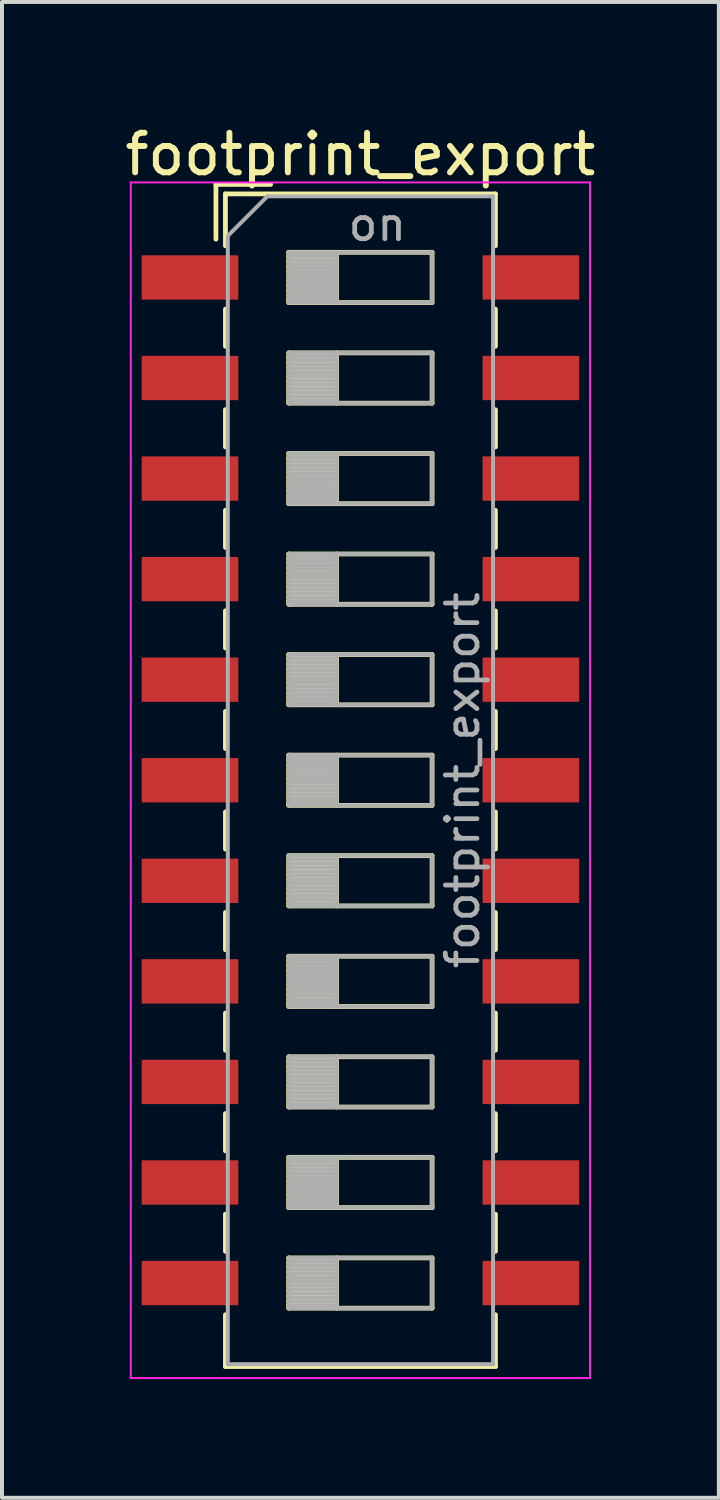
<source format=kicad_pcb>
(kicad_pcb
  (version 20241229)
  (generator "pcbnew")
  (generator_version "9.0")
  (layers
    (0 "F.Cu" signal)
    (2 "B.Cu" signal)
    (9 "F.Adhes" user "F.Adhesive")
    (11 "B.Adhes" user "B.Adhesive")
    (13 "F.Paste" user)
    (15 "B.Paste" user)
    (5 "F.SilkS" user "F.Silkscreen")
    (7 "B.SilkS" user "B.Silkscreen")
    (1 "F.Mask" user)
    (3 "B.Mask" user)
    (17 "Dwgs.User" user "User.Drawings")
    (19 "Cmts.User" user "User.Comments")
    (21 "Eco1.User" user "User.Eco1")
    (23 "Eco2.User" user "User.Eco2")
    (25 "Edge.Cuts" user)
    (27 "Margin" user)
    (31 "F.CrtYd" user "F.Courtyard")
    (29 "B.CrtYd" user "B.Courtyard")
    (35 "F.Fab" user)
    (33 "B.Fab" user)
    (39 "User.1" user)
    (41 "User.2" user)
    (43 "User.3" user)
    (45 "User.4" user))
  (footprint "footprint_export"
    (layer "F.Cu")
    (at 6.054 16.658)
    (property "Reference" "footprint_export" (at 0 -15.81 0) (layer "F.SilkS") (effects (font (size 1 1) (thickness 0.15))))
    (attr smd)
    (fp_line (start -3.65 -15.05) (end -3.65 -13.667) (stroke (width 0.12) (type solid)) (layer "F.SilkS"))
    (fp_line (start -3.65 -15.05) (end -2.267 -15.05) (stroke (width 0.12) (type solid)) (layer "F.SilkS"))
    (fp_line (start -3.41 -14.81) (end -3.41 -13.5) (stroke (width 0.12) (type solid)) (layer "F.SilkS"))
    (fp_line (start -3.41 -14.81) (end 3.41 -14.81) (stroke (width 0.12) (type solid)) (layer "F.SilkS"))
    (fp_line (start -3.41 -11.9) (end -3.41 -10.96) (stroke (width 0.12) (type solid)) (layer "F.SilkS"))
    (fp_line (start -3.41 -9.36) (end -3.41 -8.42) (stroke (width 0.12) (type solid)) (layer "F.SilkS"))
    (fp_line (start -3.41 -6.82) (end -3.41 -5.88) (stroke (width 0.12) (type solid)) (layer "F.SilkS"))
    (fp_line (start -3.41 -4.28) (end -3.41 -3.34) (stroke (width 0.12) (type solid)) (layer "F.SilkS"))
    (fp_line (start -3.41 -1.74) (end -3.41 -0.8) (stroke (width 0.12) (type solid)) (layer "F.SilkS"))
    (fp_line (start -3.41 0.8) (end -3.41 1.74) (stroke (width 0.12) (type solid)) (layer "F.SilkS"))
    (fp_line (start -3.41 3.34) (end -3.41 4.28) (stroke (width 0.12) (type solid)) (layer "F.SilkS"))
    (fp_line (start -3.41 5.88) (end -3.41 6.82) (stroke (width 0.12) (type solid)) (layer "F.SilkS"))
    (fp_line (start -3.41 8.42) (end -3.41 9.36) (stroke (width 0.12) (type solid)) (layer "F.SilkS"))
    (fp_line (start -3.41 10.96) (end -3.41 11.9) (stroke (width 0.12) (type solid)) (layer "F.SilkS"))
    (fp_line (start -3.41 13.5) (end -3.41 14.81) (stroke (width 0.12) (type solid)) (layer "F.SilkS"))
    (fp_line (start -3.41 14.81) (end 3.41 14.81) (stroke (width 0.12) (type solid)) (layer "F.SilkS"))
    (fp_line (start -1.81 -13.335) (end -1.81 -12.065) (stroke (width 0.12) (type solid)) (layer "F.SilkS"))
    (fp_line (start -1.81 -13.215) (end -0.603 -13.215) (stroke (width 0.12) (type solid)) (layer "F.SilkS"))
    (fp_line (start -1.81 -13.095) (end -0.603 -13.095) (stroke (width 0.12) (type solid)) (layer "F.SilkS"))
    (fp_line (start -1.81 -12.975) (end -0.603 -12.975) (stroke (width 0.12) (type solid)) (layer "F.SilkS"))
    (fp_line (start -1.81 -12.855) (end -0.603 -12.855) (stroke (width 0.12) (type solid)) (layer "F.SilkS"))
    (fp_line (start -1.81 -12.735) (end -0.603 -12.735) (stroke (width 0.12) (type solid)) (layer "F.SilkS"))
    (fp_line (start -1.81 -12.615) (end -0.603 -12.615) (stroke (width 0.12) (type solid)) (layer "F.SilkS"))
    (fp_line (start -1.81 -12.495) (end -0.603 -12.495) (stroke (width 0.12) (type solid)) (layer "F.SilkS"))
    (fp_line (start -1.81 -12.375) (end -0.603 -12.375) (stroke (width 0.12) (type solid)) (layer "F.SilkS"))
    (fp_line (start -1.81 -12.255) (end -0.603 -12.255) (stroke (width 0.12) (type solid)) (layer "F.SilkS"))
    (fp_line (start -1.81 -12.135) (end -0.603 -12.135) (stroke (width 0.12) (type solid)) (layer "F.SilkS"))
    (fp_line (start -1.81 -12.065) (end 1.81 -12.065) (stroke (width 0.12) (type solid)) (layer "F.SilkS"))
    (fp_line (start -1.81 -10.795) (end -1.81 -9.525) (stroke (width 0.12) (type solid)) (layer "F.SilkS"))
    (fp_line (start -1.81 -10.675) (end -0.603 -10.675) (stroke (width 0.12) (type solid)) (layer "F.SilkS"))
    (fp_line (start -1.81 -10.555) (end -0.603 -10.555) (stroke (width 0.12) (type solid)) (layer "F.SilkS"))
    (fp_line (start -1.81 -10.435) (end -0.603 -10.435) (stroke (width 0.12) (type solid)) (layer "F.SilkS"))
    (fp_line (start -1.81 -10.315) (end -0.603 -10.315) (stroke (width 0.12) (type solid)) (layer "F.SilkS"))
    (fp_line (start -1.81 -10.195) (end -0.603 -10.195) (stroke (width 0.12) (type solid)) (layer "F.SilkS"))
    (fp_line (start -1.81 -10.075) (end -0.603 -10.075) (stroke (width 0.12) (type solid)) (layer "F.SilkS"))
    (fp_line (start -1.81 -9.955) (end -0.603 -9.955) (stroke (width 0.12) (type solid)) (layer "F.SilkS"))
    (fp_line (start -1.81 -9.835) (end -0.603 -9.835) (stroke (width 0.12) (type solid)) (layer "F.SilkS"))
    (fp_line (start -1.81 -9.715) (end -0.603 -9.715) (stroke (width 0.12) (type solid)) (layer "F.SilkS"))
    (fp_line (start -1.81 -9.595) (end -0.603 -9.595) (stroke (width 0.12) (type solid)) (layer "F.SilkS"))
    (fp_line (start -1.81 -9.525) (end 1.81 -9.525) (stroke (width 0.12) (type solid)) (layer "F.SilkS"))
    (fp_line (start -1.81 -8.255) (end -1.81 -6.985) (stroke (width 0.12) (type solid)) (layer "F.SilkS"))
    (fp_line (start -1.81 -8.135) (end -0.603 -8.135) (stroke (width 0.12) (type solid)) (layer "F.SilkS"))
    (fp_line (start -1.81 -8.015) (end -0.603 -8.015) (stroke (width 0.12) (type solid)) (layer "F.SilkS"))
    (fp_line (start -1.81 -7.895) (end -0.603 -7.895) (stroke (width 0.12) (type solid)) (layer "F.SilkS"))
    (fp_line (start -1.81 -7.775) (end -0.603 -7.775) (stroke (width 0.12) (type solid)) (layer "F.SilkS"))
    (fp_line (start -1.81 -7.655) (end -0.603 -7.655) (stroke (width 0.12) (type solid)) (layer "F.SilkS"))
    (fp_line (start -1.81 -7.535) (end -0.603 -7.535) (stroke (width 0.12) (type solid)) (layer "F.SilkS"))
    (fp_line (start -1.81 -7.415) (end -0.603 -7.415) (stroke (width 0.12) (type solid)) (layer "F.SilkS"))
    (fp_line (start -1.81 -7.295) (end -0.603 -7.295) (stroke (width 0.12) (type solid)) (layer "F.SilkS"))
    (fp_line (start -1.81 -7.175) (end -0.603 -7.175) (stroke (width 0.12) (type solid)) (layer "F.SilkS"))
    (fp_line (start -1.81 -7.055) (end -0.603 -7.055) (stroke (width 0.12) (type solid)) (layer "F.SilkS"))
    (fp_line (start -1.81 -6.985) (end 1.81 -6.985) (stroke (width 0.12) (type solid)) (layer "F.SilkS"))
    (fp_line (start -1.81 -5.715) (end -1.81 -4.445) (stroke (width 0.12) (type solid)) (layer "F.SilkS"))
    (fp_line (start -1.81 -5.595) (end -0.603 -5.595) (stroke (width 0.12) (type solid)) (layer "F.SilkS"))
    (fp_line (start -1.81 -5.475) (end -0.603 -5.475) (stroke (width 0.12) (type solid)) (layer "F.SilkS"))
    (fp_line (start -1.81 -5.355) (end -0.603 -5.355) (stroke (width 0.12) (type solid)) (layer "F.SilkS"))
    (fp_line (start -1.81 -5.235) (end -0.603 -5.235) (stroke (width 0.12) (type solid)) (layer "F.SilkS"))
    (fp_line (start -1.81 -5.115) (end -0.603 -5.115) (stroke (width 0.12) (type solid)) (layer "F.SilkS"))
    (fp_line (start -1.81 -4.995) (end -0.603 -4.995) (stroke (width 0.12) (type solid)) (layer "F.SilkS"))
    (fp_line (start -1.81 -4.875) (end -0.603 -4.875) (stroke (width 0.12) (type solid)) (layer "F.SilkS"))
    (fp_line (start -1.81 -4.755) (end -0.603 -4.755) (stroke (width 0.12) (type solid)) (layer "F.SilkS"))
    (fp_line (start -1.81 -4.635) (end -0.603 -4.635) (stroke (width 0.12) (type solid)) (layer "F.SilkS"))
    (fp_line (start -1.81 -4.515) (end -0.603 -4.515) (stroke (width 0.12) (type solid)) (layer "F.SilkS"))
    (fp_line (start -1.81 -4.445) (end 1.81 -4.445) (stroke (width 0.12) (type solid)) (layer "F.SilkS"))
    (fp_line (start -1.81 -3.175) (end -1.81 -1.905) (stroke (width 0.12) (type solid)) (layer "F.SilkS"))
    (fp_line (start -1.81 -3.055) (end -0.603 -3.055) (stroke (width 0.12) (type solid)) (layer "F.SilkS"))
    (fp_line (start -1.81 -2.935) (end -0.603 -2.935) (stroke (width 0.12) (type solid)) (layer "F.SilkS"))
    (fp_line (start -1.81 -2.815) (end -0.603 -2.815) (stroke (width 0.12) (type solid)) (layer "F.SilkS"))
    (fp_line (start -1.81 -2.695) (end -0.603 -2.695) (stroke (width 0.12) (type solid)) (layer "F.SilkS"))
    (fp_line (start -1.81 -2.575) (end -0.603 -2.575) (stroke (width 0.12) (type solid)) (layer "F.SilkS"))
    (fp_line (start -1.81 -2.455) (end -0.603 -2.455) (stroke (width 0.12) (type solid)) (layer "F.SilkS"))
    (fp_line (start -1.81 -2.335) (end -0.603 -2.335) (stroke (width 0.12) (type solid)) (layer "F.SilkS"))
    (fp_line (start -1.81 -2.215) (end -0.603 -2.215) (stroke (width 0.12) (type solid)) (layer "F.SilkS"))
    (fp_line (start -1.81 -2.095) (end -0.603 -2.095) (stroke (width 0.12) (type solid)) (layer "F.SilkS"))
    (fp_line (start -1.81 -1.975) (end -0.603 -1.975) (stroke (width 0.12) (type solid)) (layer "F.SilkS"))
    (fp_line (start -1.81 -1.905) (end 1.81 -1.905) (stroke (width 0.12) (type solid)) (layer "F.SilkS"))
    (fp_line (start -1.81 -0.635) (end -1.81 0.635) (stroke (width 0.12) (type solid)) (layer "F.SilkS"))
    (fp_line (start -1.81 -0.515) (end -0.603 -0.515) (stroke (width 0.12) (type solid)) (layer "F.SilkS"))
    (fp_line (start -1.81 -0.395) (end -0.603 -0.395) (stroke (width 0.12) (type solid)) (layer "F.SilkS"))
    (fp_line (start -1.81 -0.275) (end -0.603 -0.275) (stroke (width 0.12) (type solid)) (layer "F.SilkS"))
    (fp_line (start -1.81 -0.155) (end -0.603 -0.155) (stroke (width 0.12) (type solid)) (layer "F.SilkS"))
    (fp_line (start -1.81 -0.035) (end -0.603 -0.035) (stroke (width 0.12) (type solid)) (layer "F.SilkS"))
    (fp_line (start -1.81 0.085) (end -0.603 0.085) (stroke (width 0.12) (type solid)) (layer "F.SilkS"))
    (fp_line (start -1.81 0.205) (end -0.603 0.205) (stroke (width 0.12) (type solid)) (layer "F.SilkS"))
    (fp_line (start -1.81 0.325) (end -0.603 0.325) (stroke (width 0.12) (type solid)) (layer "F.SilkS"))
    (fp_line (start -1.81 0.445) (end -0.603 0.445) (stroke (width 0.12) (type solid)) (layer "F.SilkS"))
    (fp_line (start -1.81 0.565) (end -0.603 0.565) (stroke (width 0.12) (type solid)) (layer "F.SilkS"))
    (fp_line (start -1.81 0.635) (end 1.81 0.635) (stroke (width 0.12) (type solid)) (layer "F.SilkS"))
    (fp_line (start -1.81 1.905) (end -1.81 3.175) (stroke (width 0.12) (type solid)) (layer "F.SilkS"))
    (fp_line (start -1.81 2.025) (end -0.603 2.025) (stroke (width 0.12) (type solid)) (layer "F.SilkS"))
    (fp_line (start -1.81 2.145) (end -0.603 2.145) (stroke (width 0.12) (type solid)) (layer "F.SilkS"))
    (fp_line (start -1.81 2.265) (end -0.603 2.265) (stroke (width 0.12) (type solid)) (layer "F.SilkS"))
    (fp_line (start -1.81 2.385) (end -0.603 2.385) (stroke (width 0.12) (type solid)) (layer "F.SilkS"))
    (fp_line (start -1.81 2.505) (end -0.603 2.505) (stroke (width 0.12) (type solid)) (layer "F.SilkS"))
    (fp_line (start -1.81 2.625) (end -0.603 2.625) (stroke (width 0.12) (type solid)) (layer "F.SilkS"))
    (fp_line (start -1.81 2.745) (end -0.603 2.745) (stroke (width 0.12) (type solid)) (layer "F.SilkS"))
    (fp_line (start -1.81 2.865) (end -0.603 2.865) (stroke (width 0.12) (type solid)) (layer "F.SilkS"))
    (fp_line (start -1.81 2.985) (end -0.603 2.985) (stroke (width 0.12) (type solid)) (layer "F.SilkS"))
    (fp_line (start -1.81 3.105) (end -0.603 3.105) (stroke (width 0.12) (type solid)) (layer "F.SilkS"))
    (fp_line (start -1.81 3.175) (end 1.81 3.175) (stroke (width 0.12) (type solid)) (layer "F.SilkS"))
    (fp_line (start -1.81 4.445) (end -1.81 5.715) (stroke (width 0.12) (type solid)) (layer "F.SilkS"))
    (fp_line (start -1.81 4.565) (end -0.603 4.565) (stroke (width 0.12) (type solid)) (layer "F.SilkS"))
    (fp_line (start -1.81 4.685) (end -0.603 4.685) (stroke (width 0.12) (type solid)) (layer "F.SilkS"))
    (fp_line (start -1.81 4.805) (end -0.603 4.805) (stroke (width 0.12) (type solid)) (layer "F.SilkS"))
    (fp_line (start -1.81 4.925) (end -0.603 4.925) (stroke (width 0.12) (type solid)) (layer "F.SilkS"))
    (fp_line (start -1.81 5.045) (end -0.603 5.045) (stroke (width 0.12) (type solid)) (layer "F.SilkS"))
    (fp_line (start -1.81 5.165) (end -0.603 5.165) (stroke (width 0.12) (type solid)) (layer "F.SilkS"))
    (fp_line (start -1.81 5.285) (end -0.603 5.285) (stroke (width 0.12) (type solid)) (layer "F.SilkS"))
    (fp_line (start -1.81 5.405) (end -0.603 5.405) (stroke (width 0.12) (type solid)) (layer "F.SilkS"))
    (fp_line (start -1.81 5.525) (end -0.603 5.525) (stroke (width 0.12) (type solid)) (layer "F.SilkS"))
    (fp_line (start -1.81 5.645) (end -0.603 5.645) (stroke (width 0.12) (type solid)) (layer "F.SilkS"))
    (fp_line (start -1.81 5.715) (end 1.81 5.715) (stroke (width 0.12) (type solid)) (layer "F.SilkS"))
    (fp_line (start -1.81 6.985) (end -1.81 8.255) (stroke (width 0.12) (type solid)) (layer "F.SilkS"))
    (fp_line (start -1.81 7.105) (end -0.603 7.105) (stroke (width 0.12) (type solid)) (layer "F.SilkS"))
    (fp_line (start -1.81 7.225) (end -0.603 7.225) (stroke (width 0.12) (type solid)) (layer "F.SilkS"))
    (fp_line (start -1.81 7.345) (end -0.603 7.345) (stroke (width 0.12) (type solid)) (layer "F.SilkS"))
    (fp_line (start -1.81 7.465) (end -0.603 7.465) (stroke (width 0.12) (type solid)) (layer "F.SilkS"))
    (fp_line (start -1.81 7.585) (end -0.603 7.585) (stroke (width 0.12) (type solid)) (layer "F.SilkS"))
    (fp_line (start -1.81 7.705) (end -0.603 7.705) (stroke (width 0.12) (type solid)) (layer "F.SilkS"))
    (fp_line (start -1.81 7.825) (end -0.603 7.825) (stroke (width 0.12) (type solid)) (layer "F.SilkS"))
    (fp_line (start -1.81 7.945) (end -0.603 7.945) (stroke (width 0.12) (type solid)) (layer "F.SilkS"))
    (fp_line (start -1.81 8.065) (end -0.603 8.065) (stroke (width 0.12) (type solid)) (layer "F.SilkS"))
    (fp_line (start -1.81 8.185) (end -0.603 8.185) (stroke (width 0.12) (type solid)) (layer "F.SilkS"))
    (fp_line (start -1.81 8.255) (end 1.81 8.255) (stroke (width 0.12) (type solid)) (layer "F.SilkS"))
    (fp_line (start -1.81 9.525) (end -1.81 10.795) (stroke (width 0.12) (type solid)) (layer "F.SilkS"))
    (fp_line (start -1.81 9.645) (end -0.603 9.645) (stroke (width 0.12) (type solid)) (layer "F.SilkS"))
    (fp_line (start -1.81 9.765) (end -0.603 9.765) (stroke (width 0.12) (type solid)) (layer "F.SilkS"))
    (fp_line (start -1.81 9.885) (end -0.603 9.885) (stroke (width 0.12) (type solid)) (layer "F.SilkS"))
    (fp_line (start -1.81 10.005) (end -0.603 10.005) (stroke (width 0.12) (type solid)) (layer "F.SilkS"))
    (fp_line (start -1.81 10.125) (end -0.603 10.125) (stroke (width 0.12) (type solid)) (layer "F.SilkS"))
    (fp_line (start -1.81 10.245) (end -0.603 10.245) (stroke (width 0.12) (type solid)) (layer "F.SilkS"))
    (fp_line (start -1.81 10.365) (end -0.603 10.365) (stroke (width 0.12) (type solid)) (layer "F.SilkS"))
    (fp_line (start -1.81 10.485) (end -0.603 10.485) (stroke (width 0.12) (type solid)) (layer "F.SilkS"))
    (fp_line (start -1.81 10.605) (end -0.603 10.605) (stroke (width 0.12) (type solid)) (layer "F.SilkS"))
    (fp_line (start -1.81 10.725) (end -0.603 10.725) (stroke (width 0.12) (type solid)) (layer "F.SilkS"))
    (fp_line (start -1.81 10.795) (end 1.81 10.795) (stroke (width 0.12) (type solid)) (layer "F.SilkS"))
    (fp_line (start -1.81 12.065) (end -1.81 13.335) (stroke (width 0.12) (type solid)) (layer "F.SilkS"))
    (fp_line (start -1.81 12.185) (end -0.603 12.185) (stroke (width 0.12) (type solid)) (layer "F.SilkS"))
    (fp_line (start -1.81 12.305) (end -0.603 12.305) (stroke (width 0.12) (type solid)) (layer "F.SilkS"))
    (fp_line (start -1.81 12.425) (end -0.603 12.425) (stroke (width 0.12) (type solid)) (layer "F.SilkS"))
    (fp_line (start -1.81 12.545) (end -0.603 12.545) (stroke (width 0.12) (type solid)) (layer "F.SilkS"))
    (fp_line (start -1.81 12.665) (end -0.603 12.665) (stroke (width 0.12) (type solid)) (layer "F.SilkS"))
    (fp_line (start -1.81 12.785) (end -0.603 12.785) (stroke (width 0.12) (type solid)) (layer "F.SilkS"))
    (fp_line (start -1.81 12.905) (end -0.603 12.905) (stroke (width 0.12) (type solid)) (layer "F.SilkS"))
    (fp_line (start -1.81 13.025) (end -0.603 13.025) (stroke (width 0.12) (type solid)) (layer "F.SilkS"))
    (fp_line (start -1.81 13.145) (end -0.603 13.145) (stroke (width 0.12) (type solid)) (layer "F.SilkS"))
    (fp_line (start -1.81 13.265) (end -0.603 13.265) (stroke (width 0.12) (type solid)) (layer "F.SilkS"))
    (fp_line (start -1.81 13.335) (end 1.81 13.335) (stroke (width 0.12) (type solid)) (layer "F.SilkS"))
    (fp_line (start -0.603 -13.335) (end -0.603 -12.065) (stroke (width 0.12) (type solid)) (layer "F.SilkS"))
    (fp_line (start -0.603 -10.795) (end -0.603 -9.525) (stroke (width 0.12) (type solid)) (layer "F.SilkS"))
    (fp_line (start -0.603 -8.255) (end -0.603 -6.985) (stroke (width 0.12) (type solid)) (layer "F.SilkS"))
    (fp_line (start -0.603 -5.715) (end -0.603 -4.445) (stroke (width 0.12) (type solid)) (layer "F.SilkS"))
    (fp_line (start -0.603 -3.175) (end -0.603 -1.905) (stroke (width 0.12) (type solid)) (layer "F.SilkS"))
    (fp_line (start -0.603 -0.635) (end -0.603 0.635) (stroke (width 0.12) (type solid)) (layer "F.SilkS"))
    (fp_line (start -0.603 1.905) (end -0.603 3.175) (stroke (width 0.12) (type solid)) (layer "F.SilkS"))
    (fp_line (start -0.603 4.445) (end -0.603 5.715) (stroke (width 0.12) (type solid)) (layer "F.SilkS"))
    (fp_line (start -0.603 6.985) (end -0.603 8.255) (stroke (width 0.12) (type solid)) (layer "F.SilkS"))
    (fp_line (start -0.603 9.525) (end -0.603 10.795) (stroke (width 0.12) (type solid)) (layer "F.SilkS"))
    (fp_line (start -0.603 12.065) (end -0.603 13.335) (stroke (width 0.12) (type solid)) (layer "F.SilkS"))
    (fp_line (start 1.81 -13.335) (end -1.81 -13.335) (stroke (width 0.12) (type solid)) (layer "F.SilkS"))
    (fp_line (start 1.81 -12.065) (end 1.81 -13.335) (stroke (width 0.12) (type solid)) (layer "F.SilkS"))
    (fp_line (start 1.81 -10.795) (end -1.81 -10.795) (stroke (width 0.12) (type solid)) (layer "F.SilkS"))
    (fp_line (start 1.81 -9.525) (end 1.81 -10.795) (stroke (width 0.12) (type solid)) (layer "F.SilkS"))
    (fp_line (start 1.81 -8.255) (end -1.81 -8.255) (stroke (width 0.12) (type solid)) (layer "F.SilkS"))
    (fp_line (start 1.81 -6.985) (end 1.81 -8.255) (stroke (width 0.12) (type solid)) (layer "F.SilkS"))
    (fp_line (start 1.81 -5.715) (end -1.81 -5.715) (stroke (width 0.12) (type solid)) (layer "F.SilkS"))
    (fp_line (start 1.81 -4.445) (end 1.81 -5.715) (stroke (width 0.12) (type solid)) (layer "F.SilkS"))
    (fp_line (start 1.81 -3.175) (end -1.81 -3.175) (stroke (width 0.12) (type solid)) (layer "F.SilkS"))
    (fp_line (start 1.81 -1.905) (end 1.81 -3.175) (stroke (width 0.12) (type solid)) (layer "F.SilkS"))
    (fp_line (start 1.81 -0.635) (end -1.81 -0.635) (stroke (width 0.12) (type solid)) (layer "F.SilkS"))
    (fp_line (start 1.81 0.635) (end 1.81 -0.635) (stroke (width 0.12) (type solid)) (layer "F.SilkS"))
    (fp_line (start 1.81 1.905) (end -1.81 1.905) (stroke (width 0.12) (type solid)) (layer "F.SilkS"))
    (fp_line (start 1.81 3.175) (end 1.81 1.905) (stroke (width 0.12) (type solid)) (layer "F.SilkS"))
    (fp_line (start 1.81 4.445) (end -1.81 4.445) (stroke (width 0.12) (type solid)) (layer "F.SilkS"))
    (fp_line (start 1.81 5.715) (end 1.81 4.445) (stroke (width 0.12) (type solid)) (layer "F.SilkS"))
    (fp_line (start 1.81 6.985) (end -1.81 6.985) (stroke (width 0.12) (type solid)) (layer "F.SilkS"))
    (fp_line (start 1.81 8.255) (end 1.81 6.985) (stroke (width 0.12) (type solid)) (layer "F.SilkS"))
    (fp_line (start 1.81 9.525) (end -1.81 9.525) (stroke (width 0.12) (type solid)) (layer "F.SilkS"))
    (fp_line (start 1.81 10.795) (end 1.81 9.525) (stroke (width 0.12) (type solid)) (layer "F.SilkS"))
    (fp_line (start 1.81 12.065) (end -1.81 12.065) (stroke (width 0.12) (type solid)) (layer "F.SilkS"))
    (fp_line (start 1.81 13.335) (end 1.81 12.065) (stroke (width 0.12) (type solid)) (layer "F.SilkS"))
    (fp_line (start 3.41 -14.81) (end 3.41 -13.5) (stroke (width 0.12) (type solid)) (layer "F.SilkS"))
    (fp_line (start 3.41 -11.899) (end 3.41 -10.959) (stroke (width 0.12) (type solid)) (layer "F.SilkS"))
    (fp_line (start 3.41 -9.359) (end 3.41 -8.419) (stroke (width 0.12) (type solid)) (layer "F.SilkS"))
    (fp_line (start 3.41 -6.819) (end 3.41 -5.879) (stroke (width 0.12) (type solid)) (layer "F.SilkS"))
    (fp_line (start 3.41 -4.279) (end 3.41 -3.339) (stroke (width 0.12) (type solid)) (layer "F.SilkS"))
    (fp_line (start 3.41 -1.739) (end 3.41 -0.799) (stroke (width 0.12) (type solid)) (layer "F.SilkS"))
    (fp_line (start 3.41 0.801) (end 3.41 1.741) (stroke (width 0.12) (type solid)) (layer "F.SilkS"))
    (fp_line (start 3.41 3.341) (end 3.41 4.28) (stroke (width 0.12) (type solid)) (layer "F.SilkS"))
    (fp_line (start 3.41 5.88) (end 3.41 6.82) (stroke (width 0.12) (type solid)) (layer "F.SilkS"))
    (fp_line (start 3.41 8.42) (end 3.41 9.36) (stroke (width 0.12) (type solid)) (layer "F.SilkS"))
    (fp_line (start 3.41 10.96) (end 3.41 11.9) (stroke (width 0.12) (type solid)) (layer "F.SilkS"))
    (fp_line (start 3.41 13.5) (end 3.41 14.81) (stroke (width 0.12) (type solid)) (layer "F.SilkS"))
    (fp_line (start -5.8 -15.1) (end -5.8 15.1) (stroke (width 0.05) (type solid)) (layer "F.CrtYd"))
    (fp_line (start -5.8 15.1) (end 5.8 15.1) (stroke (width 0.05) (type solid)) (layer "F.CrtYd"))
    (fp_line (start 5.8 -15.1) (end -5.8 -15.1) (stroke (width 0.05) (type solid)) (layer "F.CrtYd"))
    (fp_line (start 5.8 15.1) (end 5.8 -15.1) (stroke (width 0.05) (type solid)) (layer "F.CrtYd"))
    (fp_line (start -3.35 -13.75) (end -2.35 -14.75) (stroke (width 0.1) (type solid)) (layer "F.Fab"))
    (fp_line (start -3.35 14.75) (end -3.35 -13.75) (stroke (width 0.1) (type solid)) (layer "F.Fab"))
    (fp_line (start -2.35 -14.75) (end 3.35 -14.75) (stroke (width 0.1) (type solid)) (layer "F.Fab"))
    (fp_line (start -1.81 -13.335) (end -1.81 -12.065) (stroke (width 0.1) (type solid)) (layer "F.Fab"))
    (fp_line (start -1.81 -13.235) (end -0.603 -13.235) (stroke (width 0.1) (type solid)) (layer "F.Fab"))
    (fp_line (start -1.81 -13.135) (end -0.603 -13.135) (stroke (width 0.1) (type solid)) (layer "F.Fab"))
    (fp_line (start -1.81 -13.035) (end -0.603 -13.035) (stroke (width 0.1) (type solid)) (layer "F.Fab"))
    (fp_line (start -1.81 -12.935) (end -0.603 -12.935) (stroke (width 0.1) (type solid)) (layer "F.Fab"))
    (fp_line (start -1.81 -12.835) (end -0.603 -12.835) (stroke (width 0.1) (type solid)) (layer "F.Fab"))
    (fp_line (start -1.81 -12.735) (end -0.603 -12.735) (stroke (width 0.1) (type solid)) (layer "F.Fab"))
    (fp_line (start -1.81 -12.635) (end -0.603 -12.635) (stroke (width 0.1) (type solid)) (layer "F.Fab"))
    (fp_line (start -1.81 -12.535) (end -0.603 -12.535) (stroke (width 0.1) (type solid)) (layer "F.Fab"))
    (fp_line (start -1.81 -12.435) (end -0.603 -12.435) (stroke (width 0.1) (type solid)) (layer "F.Fab"))
    (fp_line (start -1.81 -12.335) (end -0.603 -12.335) (stroke (width 0.1) (type solid)) (layer "F.Fab"))
    (fp_line (start -1.81 -12.235) (end -0.603 -12.235) (stroke (width 0.1) (type solid)) (layer "F.Fab"))
    (fp_line (start -1.81 -12.135) (end -0.603 -12.135) (stroke (width 0.1) (type solid)) (layer "F.Fab"))
    (fp_line (start -1.81 -12.065) (end 1.81 -12.065) (stroke (width 0.1) (type solid)) (layer "F.Fab"))
    (fp_line (start -1.81 -10.795) (end -1.81 -9.525) (stroke (width 0.1) (type solid)) (layer "F.Fab"))
    (fp_line (start -1.81 -10.695) (end -0.603 -10.695) (stroke (width 0.1) (type solid)) (layer "F.Fab"))
    (fp_line (start -1.81 -10.595) (end -0.603 -10.595) (stroke (width 0.1) (type solid)) (layer "F.Fab"))
    (fp_line (start -1.81 -10.495) (end -0.603 -10.495) (stroke (width 0.1) (type solid)) (layer "F.Fab"))
    (fp_line (start -1.81 -10.395) (end -0.603 -10.395) (stroke (width 0.1) (type solid)) (layer "F.Fab"))
    (fp_line (start -1.81 -10.295) (end -0.603 -10.295) (stroke (width 0.1) (type solid)) (layer "F.Fab"))
    (fp_line (start -1.81 -10.195) (end -0.603 -10.195) (stroke (width 0.1) (type solid)) (layer "F.Fab"))
    (fp_line (start -1.81 -10.095) (end -0.603 -10.095) (stroke (width 0.1) (type solid)) (layer "F.Fab"))
    (fp_line (start -1.81 -9.995) (end -0.603 -9.995) (stroke (width 0.1) (type solid)) (layer "F.Fab"))
    (fp_line (start -1.81 -9.895) (end -0.603 -9.895) (stroke (width 0.1) (type solid)) (layer "F.Fab"))
    (fp_line (start -1.81 -9.795) (end -0.603 -9.795) (stroke (width 0.1) (type solid)) (layer "F.Fab"))
    (fp_line (start -1.81 -9.695) (end -0.603 -9.695) (stroke (width 0.1) (type solid)) (layer "F.Fab"))
    (fp_line (start -1.81 -9.595) (end -0.603 -9.595) (stroke (width 0.1) (type solid)) (layer "F.Fab"))
    (fp_line (start -1.81 -9.525) (end 1.81 -9.525) (stroke (width 0.1) (type solid)) (layer "F.Fab"))
    (fp_line (start -1.81 -8.255) (end -1.81 -6.985) (stroke (width 0.1) (type solid)) (layer "F.Fab"))
    (fp_line (start -1.81 -8.155) (end -0.603 -8.155) (stroke (width 0.1) (type solid)) (layer "F.Fab"))
    (fp_line (start -1.81 -8.055) (end -0.603 -8.055) (stroke (width 0.1) (type solid)) (layer "F.Fab"))
    (fp_line (start -1.81 -7.955) (end -0.603 -7.955) (stroke (width 0.1) (type solid)) (layer "F.Fab"))
    (fp_line (start -1.81 -7.855) (end -0.603 -7.855) (stroke (width 0.1) (type solid)) (layer "F.Fab"))
    (fp_line (start -1.81 -7.755) (end -0.603 -7.755) (stroke (width 0.1) (type solid)) (layer "F.Fab"))
    (fp_line (start -1.81 -7.655) (end -0.603 -7.655) (stroke (width 0.1) (type solid)) (layer "F.Fab"))
    (fp_line (start -1.81 -7.555) (end -0.603 -7.555) (stroke (width 0.1) (type solid)) (layer "F.Fab"))
    (fp_line (start -1.81 -7.455) (end -0.603 -7.455) (stroke (width 0.1) (type solid)) (layer "F.Fab"))
    (fp_line (start -1.81 -7.355) (end -0.603 -7.355) (stroke (width 0.1) (type solid)) (layer "F.Fab"))
    (fp_line (start -1.81 -7.255) (end -0.603 -7.255) (stroke (width 0.1) (type solid)) (layer "F.Fab"))
    (fp_line (start -1.81 -7.155) (end -0.603 -7.155) (stroke (width 0.1) (type solid)) (layer "F.Fab"))
    (fp_line (start -1.81 -7.055) (end -0.603 -7.055) (stroke (width 0.1) (type solid)) (layer "F.Fab"))
    (fp_line (start -1.81 -6.985) (end 1.81 -6.985) (stroke (width 0.1) (type solid)) (layer "F.Fab"))
    (fp_line (start -1.81 -5.715) (end -1.81 -4.445) (stroke (width 0.1) (type solid)) (layer "F.Fab"))
    (fp_line (start -1.81 -5.615) (end -0.603 -5.615) (stroke (width 0.1) (type solid)) (layer "F.Fab"))
    (fp_line (start -1.81 -5.515) (end -0.603 -5.515) (stroke (width 0.1) (type solid)) (layer "F.Fab"))
    (fp_line (start -1.81 -5.415) (end -0.603 -5.415) (stroke (width 0.1) (type solid)) (layer "F.Fab"))
    (fp_line (start -1.81 -5.315) (end -0.603 -5.315) (stroke (width 0.1) (type solid)) (layer "F.Fab"))
    (fp_line (start -1.81 -5.215) (end -0.603 -5.215) (stroke (width 0.1) (type solid)) (layer "F.Fab"))
    (fp_line (start -1.81 -5.115) (end -0.603 -5.115) (stroke (width 0.1) (type solid)) (layer "F.Fab"))
    (fp_line (start -1.81 -5.015) (end -0.603 -5.015) (stroke (width 0.1) (type solid)) (layer "F.Fab"))
    (fp_line (start -1.81 -4.915) (end -0.603 -4.915) (stroke (width 0.1) (type solid)) (layer "F.Fab"))
    (fp_line (start -1.81 -4.815) (end -0.603 -4.815) (stroke (width 0.1) (type solid)) (layer "F.Fab"))
    (fp_line (start -1.81 -4.715) (end -0.603 -4.715) (stroke (width 0.1) (type solid)) (layer "F.Fab"))
    (fp_line (start -1.81 -4.615) (end -0.603 -4.615) (stroke (width 0.1) (type solid)) (layer "F.Fab"))
    (fp_line (start -1.81 -4.515) (end -0.603 -4.515) (stroke (width 0.1) (type solid)) (layer "F.Fab"))
    (fp_line (start -1.81 -4.445) (end 1.81 -4.445) (stroke (width 0.1) (type solid)) (layer "F.Fab"))
    (fp_line (start -1.81 -3.175) (end -1.81 -1.905) (stroke (width 0.1) (type solid)) (layer "F.Fab"))
    (fp_line (start -1.81 -3.075) (end -0.603 -3.075) (stroke (width 0.1) (type solid)) (layer "F.Fab"))
    (fp_line (start -1.81 -2.975) (end -0.603 -2.975) (stroke (width 0.1) (type solid)) (layer "F.Fab"))
    (fp_line (start -1.81 -2.875) (end -0.603 -2.875) (stroke (width 0.1) (type solid)) (layer "F.Fab"))
    (fp_line (start -1.81 -2.775) (end -0.603 -2.775) (stroke (width 0.1) (type solid)) (layer "F.Fab"))
    (fp_line (start -1.81 -2.675) (end -0.603 -2.675) (stroke (width 0.1) (type solid)) (layer "F.Fab"))
    (fp_line (start -1.81 -2.575) (end -0.603 -2.575) (stroke (width 0.1) (type solid)) (layer "F.Fab"))
    (fp_line (start -1.81 -2.475) (end -0.603 -2.475) (stroke (width 0.1) (type solid)) (layer "F.Fab"))
    (fp_line (start -1.81 -2.375) (end -0.603 -2.375) (stroke (width 0.1) (type solid)) (layer "F.Fab"))
    (fp_line (start -1.81 -2.275) (end -0.603 -2.275) (stroke (width 0.1) (type solid)) (layer "F.Fab"))
    (fp_line (start -1.81 -2.175) (end -0.603 -2.175) (stroke (width 0.1) (type solid)) (layer "F.Fab"))
    (fp_line (start -1.81 -2.075) (end -0.603 -2.075) (stroke (width 0.1) (type solid)) (layer "F.Fab"))
    (fp_line (start -1.81 -1.975) (end -0.603 -1.975) (stroke (width 0.1) (type solid)) (layer "F.Fab"))
    (fp_line (start -1.81 -1.905) (end 1.81 -1.905) (stroke (width 0.1) (type solid)) (layer "F.Fab"))
    (fp_line (start -1.81 -0.635) (end -1.81 0.635) (stroke (width 0.1) (type solid)) (layer "F.Fab"))
    (fp_line (start -1.81 -0.535) (end -0.603 -0.535) (stroke (width 0.1) (type solid)) (layer "F.Fab"))
    (fp_line (start -1.81 -0.435) (end -0.603 -0.435) (stroke (width 0.1) (type solid)) (layer "F.Fab"))
    (fp_line (start -1.81 -0.335) (end -0.603 -0.335) (stroke (width 0.1) (type solid)) (layer "F.Fab"))
    (fp_line (start -1.81 -0.235) (end -0.603 -0.235) (stroke (width 0.1) (type solid)) (layer "F.Fab"))
    (fp_line (start -1.81 -0.135) (end -0.603 -0.135) (stroke (width 0.1) (type solid)) (layer "F.Fab"))
    (fp_line (start -1.81 -0.035) (end -0.603 -0.035) (stroke (width 0.1) (type solid)) (layer "F.Fab"))
    (fp_line (start -1.81 0.065) (end -0.603 0.065) (stroke (width 0.1) (type solid)) (layer "F.Fab"))
    (fp_line (start -1.81 0.165) (end -0.603 0.165) (stroke (width 0.1) (type solid)) (layer "F.Fab"))
    (fp_line (start -1.81 0.265) (end -0.603 0.265) (stroke (width 0.1) (type solid)) (layer "F.Fab"))
    (fp_line (start -1.81 0.365) (end -0.603 0.365) (stroke (width 0.1) (type solid)) (layer "F.Fab"))
    (fp_line (start -1.81 0.465) (end -0.603 0.465) (stroke (width 0.1) (type solid)) (layer "F.Fab"))
    (fp_line (start -1.81 0.565) (end -0.603 0.565) (stroke (width 0.1) (type solid)) (layer "F.Fab"))
    (fp_line (start -1.81 0.635) (end 1.81 0.635) (stroke (width 0.1) (type solid)) (layer "F.Fab"))
    (fp_line (start -1.81 1.905) (end -1.81 3.175) (stroke (width 0.1) (type solid)) (layer "F.Fab"))
    (fp_line (start -1.81 2.005) (end -0.603 2.005) (stroke (width 0.1) (type solid)) (layer "F.Fab"))
    (fp_line (start -1.81 2.105) (end -0.603 2.105) (stroke (width 0.1) (type solid)) (layer "F.Fab"))
    (fp_line (start -1.81 2.205) (end -0.603 2.205) (stroke (width 0.1) (type solid)) (layer "F.Fab"))
    (fp_line (start -1.81 2.305) (end -0.603 2.305) (stroke (width 0.1) (type solid)) (layer "F.Fab"))
    (fp_line (start -1.81 2.405) (end -0.603 2.405) (stroke (width 0.1) (type solid)) (layer "F.Fab"))
    (fp_line (start -1.81 2.505) (end -0.603 2.505) (stroke (width 0.1) (type solid)) (layer "F.Fab"))
    (fp_line (start -1.81 2.605) (end -0.603 2.605) (stroke (width 0.1) (type solid)) (layer "F.Fab"))
    (fp_line (start -1.81 2.705) (end -0.603 2.705) (stroke (width 0.1) (type solid)) (layer "F.Fab"))
    (fp_line (start -1.81 2.805) (end -0.603 2.805) (stroke (width 0.1) (type solid)) (layer "F.Fab"))
    (fp_line (start -1.81 2.905) (end -0.603 2.905) (stroke (width 0.1) (type solid)) (layer "F.Fab"))
    (fp_line (start -1.81 3.005) (end -0.603 3.005) (stroke (width 0.1) (type solid)) (layer "F.Fab"))
    (fp_line (start -1.81 3.105) (end -0.603 3.105) (stroke (width 0.1) (type solid)) (layer "F.Fab"))
    (fp_line (start -1.81 3.175) (end 1.81 3.175) (stroke (width 0.1) (type solid)) (layer "F.Fab"))
    (fp_line (start -1.81 4.445) (end -1.81 5.715) (stroke (width 0.1) (type solid)) (layer "F.Fab"))
    (fp_line (start -1.81 4.545) (end -0.603 4.545) (stroke (width 0.1) (type solid)) (layer "F.Fab"))
    (fp_line (start -1.81 4.645) (end -0.603 4.645) (stroke (width 0.1) (type solid)) (layer "F.Fab"))
    (fp_line (start -1.81 4.745) (end -0.603 4.745) (stroke (width 0.1) (type solid)) (layer "F.Fab"))
    (fp_line (start -1.81 4.845) (end -0.603 4.845) (stroke (width 0.1) (type solid)) (layer "F.Fab"))
    (fp_line (start -1.81 4.945) (end -0.603 4.945) (stroke (width 0.1) (type solid)) (layer "F.Fab"))
    (fp_line (start -1.81 5.045) (end -0.603 5.045) (stroke (width 0.1) (type solid)) (layer "F.Fab"))
    (fp_line (start -1.81 5.145) (end -0.603 5.145) (stroke (width 0.1) (type solid)) (layer "F.Fab"))
    (fp_line (start -1.81 5.245) (end -0.603 5.245) (stroke (width 0.1) (type solid)) (layer "F.Fab"))
    (fp_line (start -1.81 5.345) (end -0.603 5.345) (stroke (width 0.1) (type solid)) (layer "F.Fab"))
    (fp_line (start -1.81 5.445) (end -0.603 5.445) (stroke (width 0.1) (type solid)) (layer "F.Fab"))
    (fp_line (start -1.81 5.545) (end -0.603 5.545) (stroke (width 0.1) (type solid)) (layer "F.Fab"))
    (fp_line (start -1.81 5.645) (end -0.603 5.645) (stroke (width 0.1) (type solid)) (layer "F.Fab"))
    (fp_line (start -1.81 5.715) (end 1.81 5.715) (stroke (width 0.1) (type solid)) (layer "F.Fab"))
    (fp_line (start -1.81 6.985) (end -1.81 8.255) (stroke (width 0.1) (type solid)) (layer "F.Fab"))
    (fp_line (start -1.81 7.085) (end -0.603 7.085) (stroke (width 0.1) (type solid)) (layer "F.Fab"))
    (fp_line (start -1.81 7.185) (end -0.603 7.185) (stroke (width 0.1) (type solid)) (layer "F.Fab"))
    (fp_line (start -1.81 7.285) (end -0.603 7.285) (stroke (width 0.1) (type solid)) (layer "F.Fab"))
    (fp_line (start -1.81 7.385) (end -0.603 7.385) (stroke (width 0.1) (type solid)) (layer "F.Fab"))
    (fp_line (start -1.81 7.485) (end -0.603 7.485) (stroke (width 0.1) (type solid)) (layer "F.Fab"))
    (fp_line (start -1.81 7.585) (end -0.603 7.585) (stroke (width 0.1) (type solid)) (layer "F.Fab"))
    (fp_line (start -1.81 7.685) (end -0.603 7.685) (stroke (width 0.1) (type solid)) (layer "F.Fab"))
    (fp_line (start -1.81 7.785) (end -0.603 7.785) (stroke (width 0.1) (type solid)) (layer "F.Fab"))
    (fp_line (start -1.81 7.885) (end -0.603 7.885) (stroke (width 0.1) (type solid)) (layer "F.Fab"))
    (fp_line (start -1.81 7.985) (end -0.603 7.985) (stroke (width 0.1) (type solid)) (layer "F.Fab"))
    (fp_line (start -1.81 8.085) (end -0.603 8.085) (stroke (width 0.1) (type solid)) (layer "F.Fab"))
    (fp_line (start -1.81 8.185) (end -0.603 8.185) (stroke (width 0.1) (type solid)) (layer "F.Fab"))
    (fp_line (start -1.81 8.255) (end 1.81 8.255) (stroke (width 0.1) (type solid)) (layer "F.Fab"))
    (fp_line (start -1.81 9.525) (end -1.81 10.795) (stroke (width 0.1) (type solid)) (layer "F.Fab"))
    (fp_line (start -1.81 9.625) (end -0.603 9.625) (stroke (width 0.1) (type solid)) (layer "F.Fab"))
    (fp_line (start -1.81 9.725) (end -0.603 9.725) (stroke (width 0.1) (type solid)) (layer "F.Fab"))
    (fp_line (start -1.81 9.825) (end -0.603 9.825) (stroke (width 0.1) (type solid)) (layer "F.Fab"))
    (fp_line (start -1.81 9.925) (end -0.603 9.925) (stroke (width 0.1) (type solid)) (layer "F.Fab"))
    (fp_line (start -1.81 10.025) (end -0.603 10.025) (stroke (width 0.1) (type solid)) (layer "F.Fab"))
    (fp_line (start -1.81 10.125) (end -0.603 10.125) (stroke (width 0.1) (type solid)) (layer "F.Fab"))
    (fp_line (start -1.81 10.225) (end -0.603 10.225) (stroke (width 0.1) (type solid)) (layer "F.Fab"))
    (fp_line (start -1.81 10.325) (end -0.603 10.325) (stroke (width 0.1) (type solid)) (layer "F.Fab"))
    (fp_line (start -1.81 10.425) (end -0.603 10.425) (stroke (width 0.1) (type solid)) (layer "F.Fab"))
    (fp_line (start -1.81 10.525) (end -0.603 10.525) (stroke (width 0.1) (type solid)) (layer "F.Fab"))
    (fp_line (start -1.81 10.625) (end -0.603 10.625) (stroke (width 0.1) (type solid)) (layer "F.Fab"))
    (fp_line (start -1.81 10.725) (end -0.603 10.725) (stroke (width 0.1) (type solid)) (layer "F.Fab"))
    (fp_line (start -1.81 10.795) (end 1.81 10.795) (stroke (width 0.1) (type solid)) (layer "F.Fab"))
    (fp_line (start -1.81 12.065) (end -1.81 13.335) (stroke (width 0.1) (type solid)) (layer "F.Fab"))
    (fp_line (start -1.81 12.165) (end -0.603 12.165) (stroke (width 0.1) (type solid)) (layer "F.Fab"))
    (fp_line (start -1.81 12.265) (end -0.603 12.265) (stroke (width 0.1) (type solid)) (layer "F.Fab"))
    (fp_line (start -1.81 12.365) (end -0.603 12.365) (stroke (width 0.1) (type solid)) (layer "F.Fab"))
    (fp_line (start -1.81 12.465) (end -0.603 12.465) (stroke (width 0.1) (type solid)) (layer "F.Fab"))
    (fp_line (start -1.81 12.565) (end -0.603 12.565) (stroke (width 0.1) (type solid)) (layer "F.Fab"))
    (fp_line (start -1.81 12.665) (end -0.603 12.665) (stroke (width 0.1) (type solid)) (layer "F.Fab"))
    (fp_line (start -1.81 12.765) (end -0.603 12.765) (stroke (width 0.1) (type solid)) (layer "F.Fab"))
    (fp_line (start -1.81 12.865) (end -0.603 12.865) (stroke (width 0.1) (type solid)) (layer "F.Fab"))
    (fp_line (start -1.81 12.965) (end -0.603 12.965) (stroke (width 0.1) (type solid)) (layer "F.Fab"))
    (fp_line (start -1.81 13.065) (end -0.603 13.065) (stroke (width 0.1) (type solid)) (layer "F.Fab"))
    (fp_line (start -1.81 13.165) (end -0.603 13.165) (stroke (width 0.1) (type solid)) (layer "F.Fab"))
    (fp_line (start -1.81 13.265) (end -0.603 13.265) (stroke (width 0.1) (type solid)) (layer "F.Fab"))
    (fp_line (start -1.81 13.335) (end 1.81 13.335) (stroke (width 0.1) (type solid)) (layer "F.Fab"))
    (fp_line (start -0.603 -13.335) (end -0.603 -12.065) (stroke (width 0.1) (type solid)) (layer "F.Fab"))
    (fp_line (start -0.603 -10.795) (end -0.603 -9.525) (stroke (width 0.1) (type solid)) (layer "F.Fab"))
    (fp_line (start -0.603 -8.255) (end -0.603 -6.985) (stroke (width 0.1) (type solid)) (layer "F.Fab"))
    (fp_line (start -0.603 -5.715) (end -0.603 -4.445) (stroke (width 0.1) (type solid)) (layer "F.Fab"))
    (fp_line (start -0.603 -3.175) (end -0.603 -1.905) (stroke (width 0.1) (type solid)) (layer "F.Fab"))
    (fp_line (start -0.603 -0.635) (end -0.603 0.635) (stroke (width 0.1) (type solid)) (layer "F.Fab"))
    (fp_line (start -0.603 1.905) (end -0.603 3.175) (stroke (width 0.1) (type solid)) (layer "F.Fab"))
    (fp_line (start -0.603 4.445) (end -0.603 5.715) (stroke (width 0.1) (type solid)) (layer "F.Fab"))
    (fp_line (start -0.603 6.985) (end -0.603 8.255) (stroke (width 0.1) (type solid)) (layer "F.Fab"))
    (fp_line (start -0.603 9.525) (end -0.603 10.795) (stroke (width 0.1) (type solid)) (layer "F.Fab"))
    (fp_line (start -0.603 12.065) (end -0.603 13.335) (stroke (width 0.1) (type solid)) (layer "F.Fab"))
    (fp_line (start 1.81 -13.335) (end -1.81 -13.335) (stroke (width 0.1) (type solid)) (layer "F.Fab"))
    (fp_line (start 1.81 -12.065) (end 1.81 -13.335) (stroke (width 0.1) (type solid)) (layer "F.Fab"))
    (fp_line (start 1.81 -10.795) (end -1.81 -10.795) (stroke (width 0.1) (type solid)) (layer "F.Fab"))
    (fp_line (start 1.81 -9.525) (end 1.81 -10.795) (stroke (width 0.1) (type solid)) (layer "F.Fab"))
    (fp_line (start 1.81 -8.255) (end -1.81 -8.255) (stroke (width 0.1) (type solid)) (layer "F.Fab"))
    (fp_line (start 1.81 -6.985) (end 1.81 -8.255) (stroke (width 0.1) (type solid)) (layer "F.Fab"))
    (fp_line (start 1.81 -5.715) (end -1.81 -5.715) (stroke (width 0.1) (type solid)) (layer "F.Fab"))
    (fp_line (start 1.81 -4.445) (end 1.81 -5.715) (stroke (width 0.1) (type solid)) (layer "F.Fab"))
    (fp_line (start 1.81 -3.175) (end -1.81 -3.175) (stroke (width 0.1) (type solid)) (layer "F.Fab"))
    (fp_line (start 1.81 -1.905) (end 1.81 -3.175) (stroke (width 0.1) (type solid)) (layer "F.Fab"))
    (fp_line (start 1.81 -0.635) (end -1.81 -0.635) (stroke (width 0.1) (type solid)) (layer "F.Fab"))
    (fp_line (start 1.81 0.635) (end 1.81 -0.635) (stroke (width 0.1) (type solid)) (layer "F.Fab"))
    (fp_line (start 1.81 1.905) (end -1.81 1.905) (stroke (width 0.1) (type solid)) (layer "F.Fab"))
    (fp_line (start 1.81 3.175) (end 1.81 1.905) (stroke (width 0.1) (type solid)) (layer "F.Fab"))
    (fp_line (start 1.81 4.445) (end -1.81 4.445) (stroke (width 0.1) (type solid)) (layer "F.Fab"))
    (fp_line (start 1.81 5.715) (end 1.81 4.445) (stroke (width 0.1) (type solid)) (layer "F.Fab"))
    (fp_line (start 1.81 6.985) (end -1.81 6.985) (stroke (width 0.1) (type solid)) (layer "F.Fab"))
    (fp_line (start 1.81 8.255) (end 1.81 6.985) (stroke (width 0.1) (type solid)) (layer "F.Fab"))
    (fp_line (start 1.81 9.525) (end -1.81 9.525) (stroke (width 0.1) (type solid)) (layer "F.Fab"))
    (fp_line (start 1.81 10.795) (end 1.81 9.525) (stroke (width 0.1) (type solid)) (layer "F.Fab"))
    (fp_line (start 1.81 12.065) (end -1.81 12.065) (stroke (width 0.1) (type solid)) (layer "F.Fab"))
    (fp_line (start 1.81 13.335) (end 1.81 12.065) (stroke (width 0.1) (type solid)) (layer "F.Fab"))
    (fp_line (start 3.35 -14.75) (end 3.35 14.75) (stroke (width 0.1) (type solid)) (layer "F.Fab"))
    (fp_line (start 3.35 14.75) (end -3.35 14.75) (stroke (width 0.1) (type solid)) (layer "F.Fab"))
    (fp_text user "${REFERENCE}" (at 2.58 0 90) (layer "F.Fab") (effects (font (size 0.8 0.8) (thickness 0.12))))
    (fp_text user "on" (at 0.427 -14.043 0) (layer "F.Fab") (effects (font (size 0.8 0.8) (thickness 0.12))))
    (pad "1" smd rect (at -4.305 -12.7) (size 2.44 1.12) (layers "F.Cu" "F.Mask" "F.Paste"))
    (pad "2" smd rect (at -4.305 -10.16) (size 2.44 1.12) (layers "F.Cu" "F.Mask" "F.Paste"))
    (pad "3" smd rect (at -4.305 -7.62) (size 2.44 1.12) (layers "F.Cu" "F.Mask" "F.Paste"))
    (pad "4" smd rect (at -4.305 -5.08) (size 2.44 1.12) (layers "F.Cu" "F.Mask" "F.Paste"))
    (pad "5" smd rect (at -4.305 -2.54) (size 2.44 1.12) (layers "F.Cu" "F.Mask" "F.Paste"))
    (pad "6" smd rect (at -4.305 0) (size 2.44 1.12) (layers "F.Cu" "F.Mask" "F.Paste"))
    (pad "7" smd rect (at -4.305 2.54) (size 2.44 1.12) (layers "F.Cu" "F.Mask" "F.Paste"))
    (pad "8" smd rect (at -4.305 5.08) (size 2.44 1.12) (layers "F.Cu" "F.Mask" "F.Paste"))
    (pad "9" smd rect (at -4.305 7.62) (size 2.44 1.12) (layers "F.Cu" "F.Mask" "F.Paste"))
    (pad "10" smd rect (at -4.305 10.16) (size 2.44 1.12) (layers "F.Cu" "F.Mask" "F.Paste"))
    (pad "11" smd rect (at -4.305 12.7) (size 2.44 1.12) (layers "F.Cu" "F.Mask" "F.Paste"))
    (pad "12" smd rect (at 4.305 12.7) (size 2.44 1.12) (layers "F.Cu" "F.Mask" "F.Paste"))
    (pad "13" smd rect (at 4.305 10.16) (size 2.44 1.12) (layers "F.Cu" "F.Mask" "F.Paste"))
    (pad "14" smd rect (at 4.305 7.62) (size 2.44 1.12) (layers "F.Cu" "F.Mask" "F.Paste"))
    (pad "15" smd rect (at 4.305 5.08) (size 2.44 1.12) (layers "F.Cu" "F.Mask" "F.Paste"))
    (pad "16" smd rect (at 4.305 2.54) (size 2.44 1.12) (layers "F.Cu" "F.Mask" "F.Paste"))
    (pad "17" smd rect (at 4.305 0) (size 2.44 1.12) (layers "F.Cu" "F.Mask" "F.Paste"))
    (pad "18" smd rect (at 4.305 -2.54) (size 2.44 1.12) (layers "F.Cu" "F.Mask" "F.Paste"))
    (pad "19" smd rect (at 4.305 -5.08) (size 2.44 1.12) (layers "F.Cu" "F.Mask" "F.Paste"))
    (pad "20" smd rect (at 4.305 -7.62) (size 2.44 1.12) (layers "F.Cu" "F.Mask" "F.Paste"))
    (pad "21" smd rect (at 4.305 -10.16) (size 2.44 1.12) (layers "F.Cu" "F.Mask" "F.Paste"))
    (pad "22" smd rect (at 4.305 -12.7) (size 2.44 1.12) (layers "F.Cu" "F.Mask" "F.Paste")))
  (gr_rect
    (start -3 -3)
    (end 15.107 34.783)
    (stroke (width 0.1) (type default))
    (fill no)
    (layer "Edge.Cuts")))
</source>
